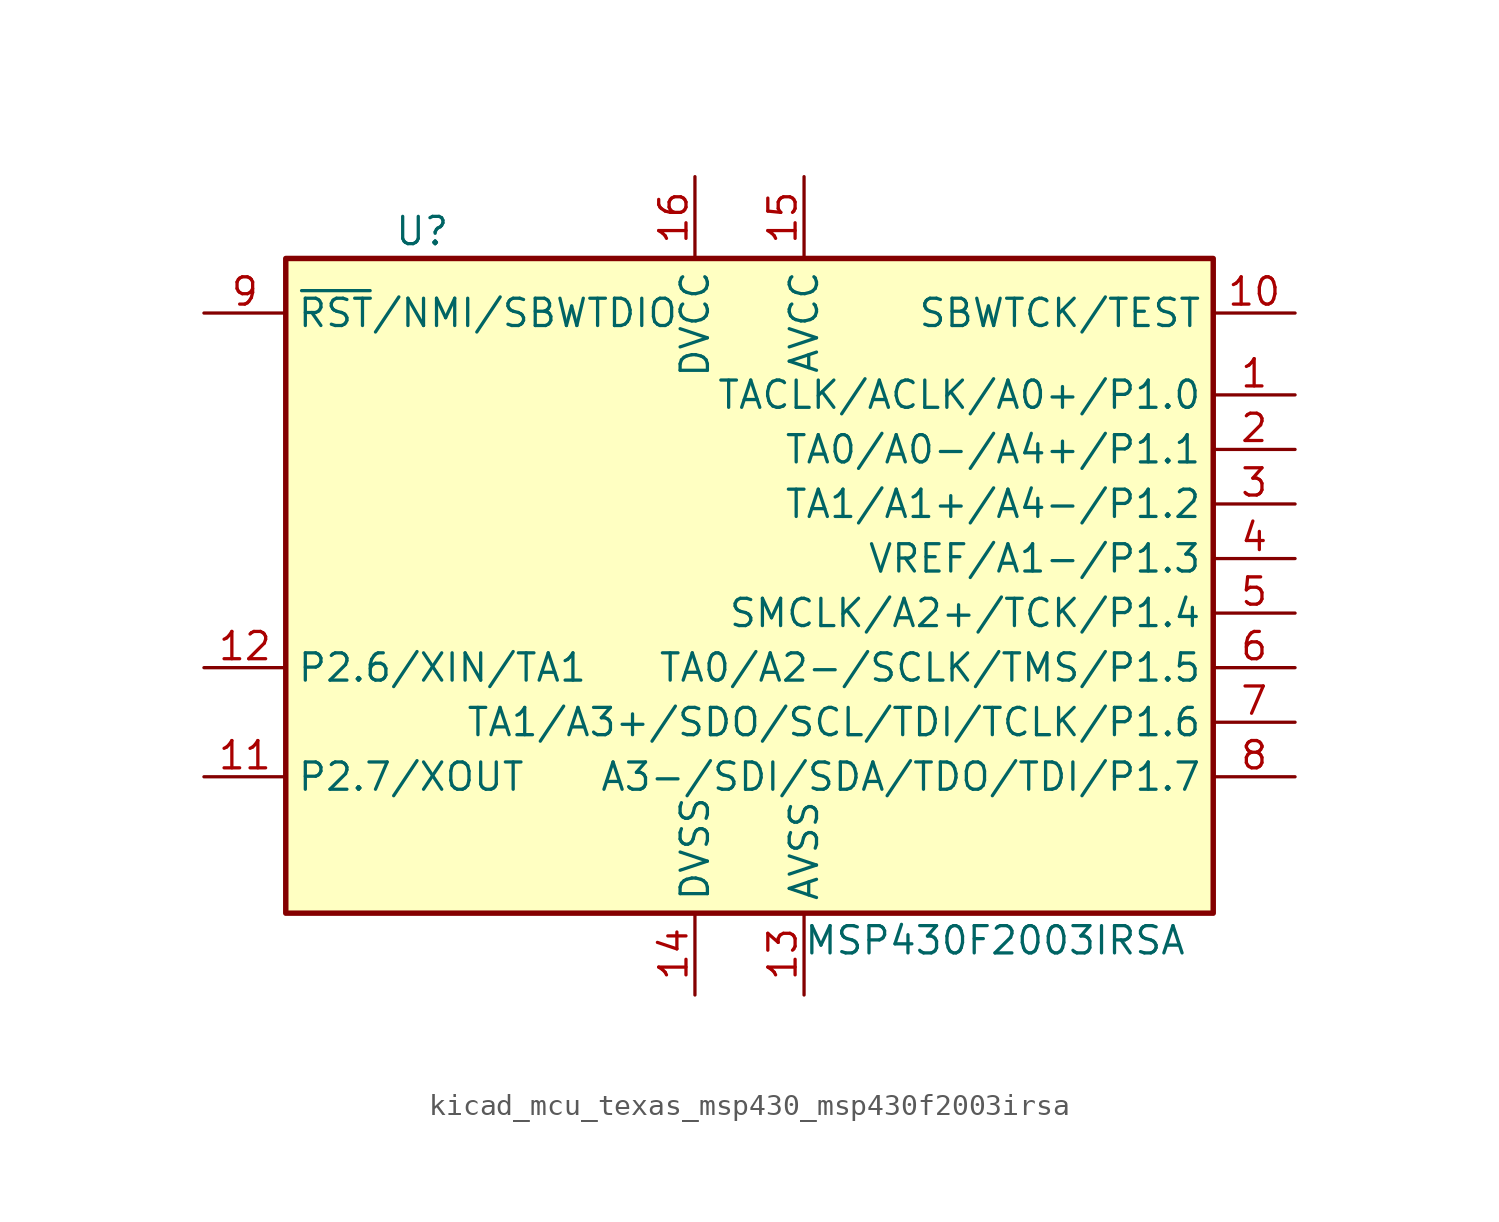
<source format=kicad_sym>
(kicad_symbol_lib
  (version 20220914)
  (generator kicad_symbol_editor)
  (symbol "kicad_mcu_texas_msp430_msp430f2003irsa"
    (property "Reference" "U"
      (at -15.24 15.24 0)
      (effects (font (size 1.27 1.27))))
    (property "Value" "MSP430F2003IRSA"
      (at 11.43 -17.78 0)
      (effects (font (size 1.27 1.27))))
    (symbol "kicad_mcu_texas_msp430_msp430f2003irsa_0_1"
      (rectangle (start -21.59 13.97) (end 21.59 -16.51) (stroke (width 0.254) (type default)) (fill (type background))))
    (symbol "kicad_mcu_texas_msp430_msp430f2003irsa_1_1"
      (pin bidirectional line (at 25.4 7.62 180) (length 3.81) (name "TACLK/ACLK/A0+/P1.0" (effects (font (size 1.27 1.27)))) (number "1" (effects (font (size 1.27 1.27)))))
      (pin input line (at 25.4 11.43 180) (length 3.81) (name "SBWTCK/TEST" (effects (font (size 1.27 1.27)))) (number "10" (effects (font (size 1.27 1.27)))))
      (pin bidirectional line (at -25.4 -10.16 0) (length 3.81) (name "P2.7/XOUT" (effects (font (size 1.27 1.27)))) (number "11" (effects (font (size 1.27 1.27)))))
      (pin bidirectional line (at -25.4 -5.08 0) (length 3.81) (name "P2.6/XIN/TA1" (effects (font (size 1.27 1.27)))) (number "12" (effects (font (size 1.27 1.27)))))
      (pin power_in line (at 2.54 -20.32 90) (length 3.81) (name "AVSS" (effects (font (size 1.27 1.27)))) (number "13" (effects (font (size 1.27 1.27)))))
      (pin power_in line (at -2.54 -20.32 90) (length 3.81) (name "DVSS" (effects (font (size 1.27 1.27)))) (number "14" (effects (font (size 1.27 1.27)))))
      (pin power_in line (at 2.54 17.78 270) (length 3.81) (name "AVCC" (effects (font (size 1.27 1.27)))) (number "15" (effects (font (size 1.27 1.27)))))
      (pin power_in line (at -2.54 17.78 270) (length 3.81) (name "DVCC" (effects (font (size 1.27 1.27)))) (number "16" (effects (font (size 1.27 1.27)))))
      (pin bidirectional line (at 25.4 5.08 180) (length 3.81) (name "TA0/A0-/A4+/P1.1" (effects (font (size 1.27 1.27)))) (number "2" (effects (font (size 1.27 1.27)))))
      (pin bidirectional line (at 25.4 2.54 180) (length 3.81) (name "TA1/A1+/A4-/P1.2" (effects (font (size 1.27 1.27)))) (number "3" (effects (font (size 1.27 1.27)))))
      (pin bidirectional line (at 25.4 0 180) (length 3.81) (name "VREF/A1-/P1.3" (effects (font (size 1.27 1.27)))) (number "4" (effects (font (size 1.27 1.27)))))
      (pin bidirectional line (at 25.4 -2.54 180) (length 3.81) (name "SMCLK/A2+/TCK/P1.4" (effects (font (size 1.27 1.27)))) (number "5" (effects (font (size 1.27 1.27)))))
      (pin bidirectional line (at 25.4 -5.08 180) (length 3.81) (name "TA0/A2-/SCLK/TMS/P1.5" (effects (font (size 1.27 1.27)))) (number "6" (effects (font (size 1.27 1.27)))))
      (pin bidirectional line (at 25.4 -7.62 180) (length 3.81) (name "TA1/A3+/SDO/SCL/TDI/TCLK/P1.6" (effects (font (size 1.27 1.27)))) (number "7" (effects (font (size 1.27 1.27)))))
      (pin bidirectional line (at 25.4 -10.16 180) (length 3.81) (name "A3-/SDI/SDA/TDO/TDI/P1.7" (effects (font (size 1.27 1.27)))) (number "8" (effects (font (size 1.27 1.27)))))
      (pin input line (at -25.4 11.43 0) (length 3.81) (name "~{RST}/NMI/SBWTDIO" (effects (font (size 1.27 1.27)))) (number "9" (effects (font (size 1.27 1.27))))))))
</source>
